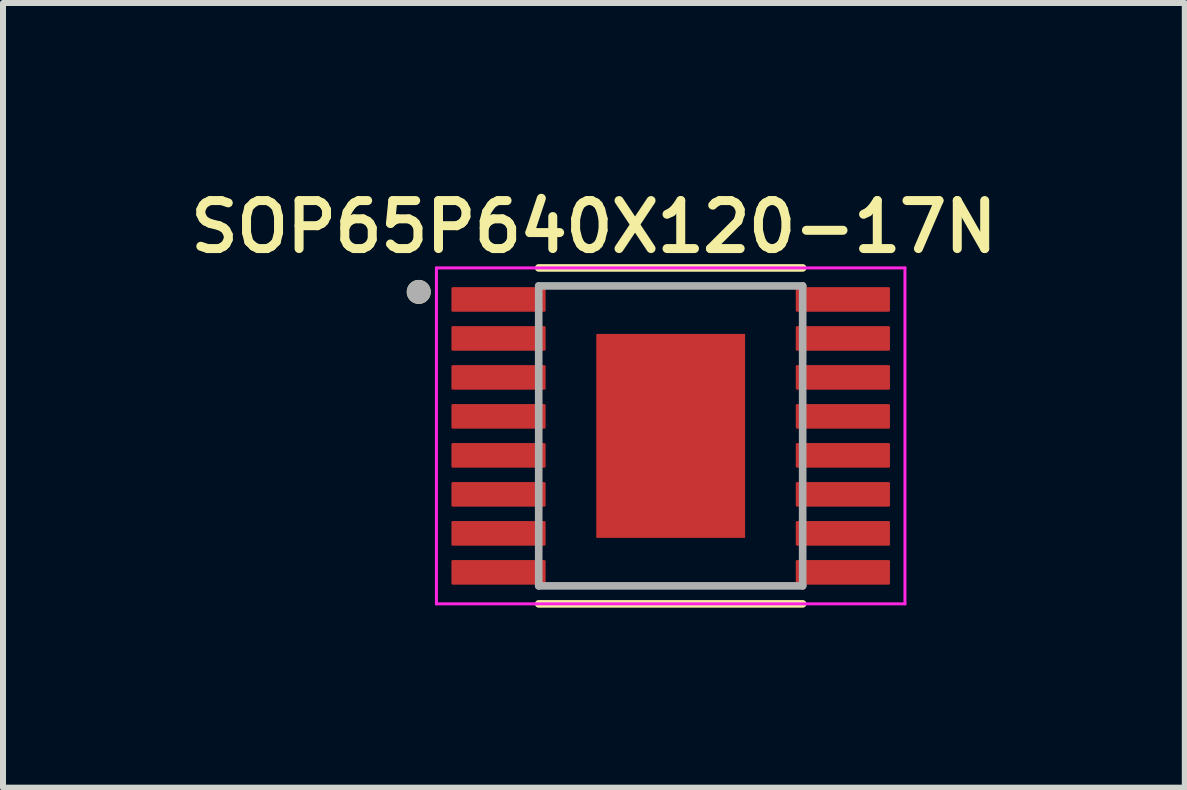
<source format=kicad_pcb>
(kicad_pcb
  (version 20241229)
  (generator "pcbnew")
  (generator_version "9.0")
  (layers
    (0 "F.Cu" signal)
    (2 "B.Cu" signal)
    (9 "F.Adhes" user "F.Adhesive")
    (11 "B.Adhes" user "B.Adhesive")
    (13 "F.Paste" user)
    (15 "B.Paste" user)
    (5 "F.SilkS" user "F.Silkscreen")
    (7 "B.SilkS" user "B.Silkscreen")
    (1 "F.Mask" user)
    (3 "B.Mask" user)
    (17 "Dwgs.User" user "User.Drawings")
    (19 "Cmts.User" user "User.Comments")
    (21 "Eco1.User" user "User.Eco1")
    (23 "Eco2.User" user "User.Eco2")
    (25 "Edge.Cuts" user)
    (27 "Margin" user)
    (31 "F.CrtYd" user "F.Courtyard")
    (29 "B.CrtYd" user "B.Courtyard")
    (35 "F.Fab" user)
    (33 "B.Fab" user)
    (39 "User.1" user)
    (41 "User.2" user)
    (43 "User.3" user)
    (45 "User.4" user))
  (footprint "SOP65P640X120-17N"
    (layer "F.Cu")
    (at 8.13 4.216)
    (property "Reference" "SOP65P640X120-17N" (at -1.28 -3.485 0) (layer "F.SilkS") (effects (font (size 0.8 0.8) (thickness 0.15))))
    (attr smd)
    (fp_line (start -2.2 -2.8) (end 2.2 -2.8) (stroke (width 0.127) (type solid)) (layer "F.SilkS"))
    (fp_line (start -2.2 2.8) (end 2.2 2.8) (stroke (width 0.127) (type solid)) (layer "F.SilkS"))
    (fp_circle (center -4.2 -2.4) (end -4.1 -2.4) (stroke (width 0.2) (type solid)) (fill no) (layer "F.SilkS"))
    (fp_poly (pts (xy -0.8 -1.075) (xy 0.8 -1.075) (xy 0.8 1.075) (xy -0.8 1.075)) (stroke (width 0.01) (type solid)) (fill yes) (layer "F.Paste"))
    (fp_line (start -3.905 -2.8) (end -3.905 2.8) (stroke (width 0.05) (type solid)) (layer "F.CrtYd"))
    (fp_line (start -3.905 -2.8) (end 3.905 -2.8) (stroke (width 0.05) (type solid)) (layer "F.CrtYd"))
    (fp_line (start -3.905 2.8) (end 3.905 2.8) (stroke (width 0.05) (type solid)) (layer "F.CrtYd"))
    (fp_line (start 3.905 -2.8) (end 3.905 2.8) (stroke (width 0.05) (type solid)) (layer "F.CrtYd"))
    (fp_line (start -2.2 -2.5) (end -2.2 2.5) (stroke (width 0.127) (type solid)) (layer "F.Fab"))
    (fp_line (start -2.2 -2.5) (end 2.2 -2.5) (stroke (width 0.127) (type solid)) (layer "F.Fab"))
    (fp_line (start -2.2 2.5) (end 2.2 2.5) (stroke (width 0.127) (type solid)) (layer "F.Fab"))
    (fp_line (start 2.2 -2.5) (end 2.2 2.5) (stroke (width 0.127) (type solid)) (layer "F.Fab"))
    (fp_circle (center -4.2 -2.4) (end -4.1 -2.4) (stroke (width 0.2) (type solid)) (fill no) (layer "F.Fab"))
    (pad "1" smd roundrect (at -2.87 -2.275) (size 1.57 0.41) (layers "F.Cu" "F.Mask" "F.Paste") (roundrect_rratio 0.05))
    (pad "2" smd roundrect (at -2.87 -1.625) (size 1.57 0.41) (layers "F.Cu" "F.Mask" "F.Paste") (roundrect_rratio 0.05))
    (pad "3" smd roundrect (at -2.87 -0.975) (size 1.57 0.41) (layers "F.Cu" "F.Mask" "F.Paste") (roundrect_rratio 0.05))
    (pad "4" smd roundrect (at -2.87 -0.325) (size 1.57 0.41) (layers "F.Cu" "F.Mask" "F.Paste") (roundrect_rratio 0.05))
    (pad "5" smd roundrect (at -2.87 0.325) (size 1.57 0.41) (layers "F.Cu" "F.Mask" "F.Paste") (roundrect_rratio 0.05))
    (pad "6" smd roundrect (at -2.87 0.975) (size 1.57 0.41) (layers "F.Cu" "F.Mask" "F.Paste") (roundrect_rratio 0.05))
    (pad "7" smd roundrect (at -2.87 1.625) (size 1.57 0.41) (layers "F.Cu" "F.Mask" "F.Paste") (roundrect_rratio 0.05))
    (pad "8" smd roundrect (at -2.87 2.275) (size 1.57 0.41) (layers "F.Cu" "F.Mask" "F.Paste") (roundrect_rratio 0.05))
    (pad "9" smd roundrect (at 2.87 2.275) (size 1.57 0.41) (layers "F.Cu" "F.Mask" "F.Paste") (roundrect_rratio 0.05))
    (pad "10" smd roundrect (at 2.87 1.625) (size 1.57 0.41) (layers "F.Cu" "F.Mask" "F.Paste") (roundrect_rratio 0.05))
    (pad "11" smd roundrect (at 2.87 0.975) (size 1.57 0.41) (layers "F.Cu" "F.Mask" "F.Paste") (roundrect_rratio 0.05))
    (pad "12" smd roundrect (at 2.87 0.325) (size 1.57 0.41) (layers "F.Cu" "F.Mask" "F.Paste") (roundrect_rratio 0.05))
    (pad "13" smd roundrect (at 2.87 -0.325) (size 1.57 0.41) (layers "F.Cu" "F.Mask" "F.Paste") (roundrect_rratio 0.05))
    (pad "14" smd roundrect (at 2.87 -0.975) (size 1.57 0.41) (layers "F.Cu" "F.Mask" "F.Paste") (roundrect_rratio 0.05))
    (pad "15" smd roundrect (at 2.87 -1.625) (size 1.57 0.41) (layers "F.Cu" "F.Mask" "F.Paste") (roundrect_rratio 0.05))
    (pad "16" smd roundrect (at 2.87 -2.275) (size 1.57 0.41) (layers "F.Cu" "F.Mask" "F.Paste") (roundrect_rratio 0.05))
    (pad "17" smd rect (at 0 0) (size 2.48 3.4) (layers "F.Cu" "F.Mask")))
  (gr_rect
    (start -3 -3)
    (end 16.7 10.08)
    (stroke (width 0.1) (type default))
    (fill no)
    (layer "Edge.Cuts")))
</source>
